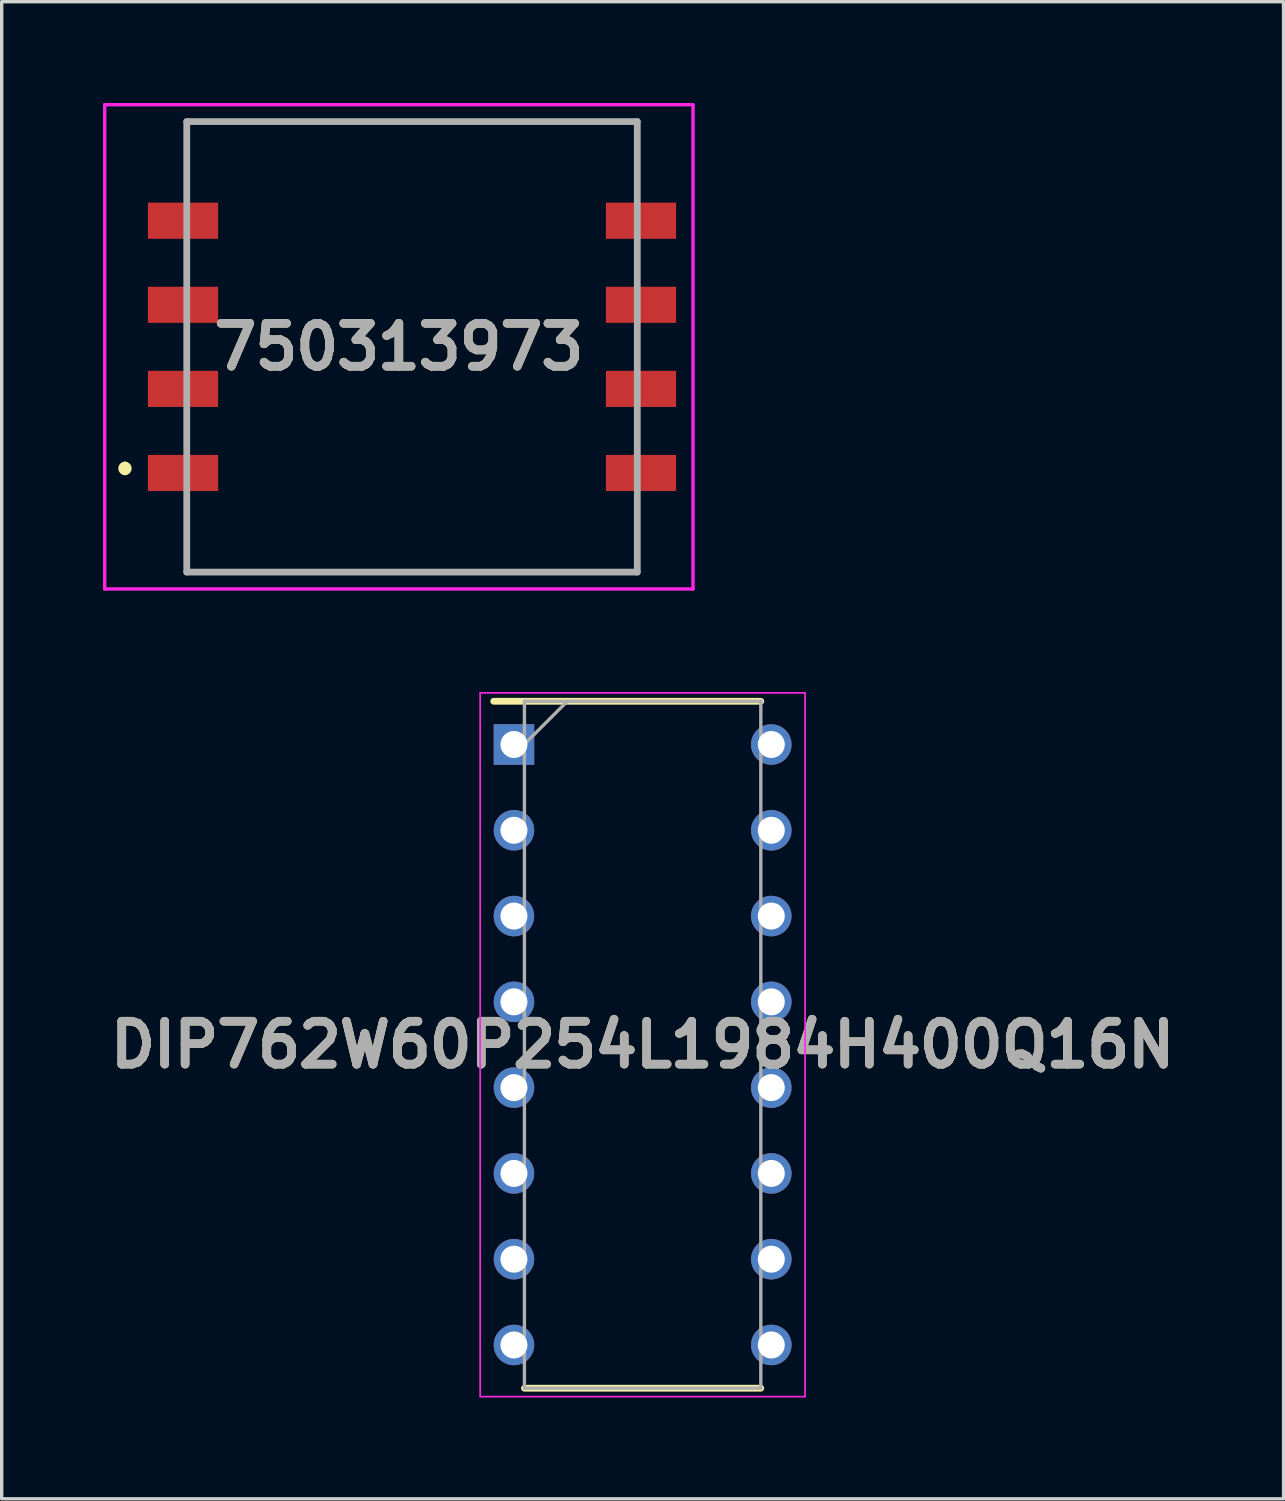
<source format=kicad_pcb>
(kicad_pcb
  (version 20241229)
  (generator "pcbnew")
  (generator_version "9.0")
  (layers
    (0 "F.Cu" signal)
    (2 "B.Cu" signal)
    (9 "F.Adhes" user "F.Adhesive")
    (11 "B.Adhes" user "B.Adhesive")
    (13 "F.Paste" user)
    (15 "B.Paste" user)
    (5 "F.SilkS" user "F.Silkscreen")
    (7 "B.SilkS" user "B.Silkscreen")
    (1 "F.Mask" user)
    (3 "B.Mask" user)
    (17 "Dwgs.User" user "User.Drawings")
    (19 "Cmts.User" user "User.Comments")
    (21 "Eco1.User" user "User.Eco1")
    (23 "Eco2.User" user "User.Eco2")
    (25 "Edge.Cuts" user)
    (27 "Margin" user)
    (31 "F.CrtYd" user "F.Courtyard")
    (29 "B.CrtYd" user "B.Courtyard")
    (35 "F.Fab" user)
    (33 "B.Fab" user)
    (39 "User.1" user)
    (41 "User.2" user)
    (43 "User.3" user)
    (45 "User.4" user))
  (footprint "750313973"
    (layer "F.Cu")
    (at 9.15 7.22)
    (property "Reference" "750313973" (at -0.39 0 0) (layer "F.SilkS") (effects (font (size 1.27 1.27) (thickness 0.254))))
    (attr smd)
    (fp_line (start -8.5 3.5) (end -8.5 3.5) (stroke (width 0.2) (type solid)) (layer "F.SilkS"))
    (fp_line (start -8.5 3.7) (end -8.5 3.7) (stroke (width 0.2) (type solid)) (layer "F.SilkS"))
    (fp_line (start -6.67 -6.67) (end 6.67 -6.67) (stroke (width 0.1) (type solid)) (layer "F.SilkS"))
    (fp_line (start -6.67 -5) (end -6.67 -6.67) (stroke (width 0.1) (type solid)) (layer "F.SilkS"))
    (fp_line (start -6.67 5) (end -6.67 6.5) (stroke (width 0.1) (type solid)) (layer "F.SilkS"))
    (fp_line (start -6.67 6.5) (end -6.67 6.67) (stroke (width 0.1) (type solid)) (layer "F.SilkS"))
    (fp_line (start -6.67 6.67) (end 6.67 6.67) (stroke (width 0.1) (type solid)) (layer "F.SilkS"))
    (fp_line (start 6.67 -6.67) (end 6.67 -5) (stroke (width 0.1) (type solid)) (layer "F.SilkS"))
    (fp_line (start 6.67 6.67) (end 6.67 5) (stroke (width 0.1) (type solid)) (layer "F.SilkS"))
    (fp_arc (start -8.5 3.5) (mid -8.4 3.6) (end -8.5 3.7) (stroke (width 0.2) (type solid)) (layer "F.SilkS"))
    (fp_arc (start -8.5 3.7) (mid -8.6 3.6) (end -8.5 3.5) (stroke (width 0.2) (type solid)) (layer "F.SilkS"))
    (fp_line (start -9.1 -7.17) (end 8.32 -7.17) (stroke (width 0.1) (type solid)) (layer "F.CrtYd"))
    (fp_line (start -9.1 7.17) (end -9.1 -7.17) (stroke (width 0.1) (type solid)) (layer "F.CrtYd"))
    (fp_line (start 8.32 -7.17) (end 8.32 7.17) (stroke (width 0.1) (type solid)) (layer "F.CrtYd"))
    (fp_line (start 8.32 7.17) (end -9.1 7.17) (stroke (width 0.1) (type solid)) (layer "F.CrtYd"))
    (fp_line (start -6.67 -6.67) (end 6.67 -6.67) (stroke (width 0.2) (type solid)) (layer "F.Fab"))
    (fp_line (start -6.67 6.67) (end -6.67 -6.67) (stroke (width 0.2) (type solid)) (layer "F.Fab"))
    (fp_line (start 6.67 -6.67) (end 6.67 6.67) (stroke (width 0.2) (type solid)) (layer "F.Fab"))
    (fp_line (start 6.67 6.67) (end -6.67 6.67) (stroke (width 0.2) (type solid)) (layer "F.Fab"))
    (fp_text user "${REFERENCE}" (at -0.39 0 0) (layer "F.Fab") (effects (font (size 1.27 1.27) (thickness 0.254))))
    (pad "1" smd rect (at -6.78 3.735 90) (size 1.07 2.08) (layers "F.Cu" "F.Mask" "F.Paste"))
    (pad "2" smd rect (at -6.78 1.245 90) (size 1.07 2.08) (layers "F.Cu" "F.Mask" "F.Paste"))
    (pad "3" smd rect (at -6.78 -1.245 90) (size 1.07 2.08) (layers "F.Cu" "F.Mask" "F.Paste"))
    (pad "4" smd rect (at -6.78 -3.735 90) (size 1.07 2.08) (layers "F.Cu" "F.Mask" "F.Paste"))
    (pad "5" smd rect (at 6.78 -3.735 90) (size 1.07 2.08) (layers "F.Cu" "F.Mask" "F.Paste"))
    (pad "6" smd rect (at 6.78 -1.245 90) (size 1.07 2.08) (layers "F.Cu" "F.Mask" "F.Paste"))
    (pad "7" smd rect (at 6.78 1.245 90) (size 1.07 2.08) (layers "F.Cu" "F.Mask" "F.Paste"))
    (pad "8" smd rect (at 6.78 3.735 90) (size 1.07 2.08) (layers "F.Cu" "F.Mask" "F.Paste")))
  (footprint "DIP762W60P254L1984H400Q16N"
    (layer "F.Cu")
    (at 15.978 27.885)
    (property "Reference" "DIP762W60P254L1984H400Q16N" (at 0 0 0) (layer "F.SilkS") (effects (font (size 1.27 1.27) (thickness 0.254))))
    (attr through_hole)
    (fp_line (start -4.41 -10.17) (end 3.5 -10.17) (stroke (width 0.2) (type solid)) (layer "F.SilkS"))
    (fp_line (start -3.5 10.17) (end 3.5 10.17) (stroke (width 0.2) (type solid)) (layer "F.SilkS"))
    (fp_line (start -4.81 -10.42) (end 4.81 -10.42) (stroke (width 0.05) (type solid)) (layer "F.CrtYd"))
    (fp_line (start -4.81 10.42) (end -4.81 -10.42) (stroke (width 0.05) (type solid)) (layer "F.CrtYd"))
    (fp_line (start 4.81 -10.42) (end 4.81 10.42) (stroke (width 0.05) (type solid)) (layer "F.CrtYd"))
    (fp_line (start 4.81 10.42) (end -4.81 10.42) (stroke (width 0.05) (type solid)) (layer "F.CrtYd"))
    (fp_line (start -3.5 -10.17) (end 3.5 -10.17) (stroke (width 0.1) (type solid)) (layer "F.Fab"))
    (fp_line (start -3.5 -8.9) (end -2.23 -10.17) (stroke (width 0.1) (type solid)) (layer "F.Fab"))
    (fp_line (start -3.5 10.17) (end -3.5 -10.17) (stroke (width 0.1) (type solid)) (layer "F.Fab"))
    (fp_line (start 3.5 -10.17) (end 3.5 10.17) (stroke (width 0.1) (type solid)) (layer "F.Fab"))
    (fp_line (start 3.5 10.17) (end -3.5 10.17) (stroke (width 0.1) (type solid)) (layer "F.Fab"))
    (fp_text user "${REFERENCE}" (at 0 0 0) (layer "F.Fab") (effects (font (size 1.27 1.27) (thickness 0.254))))
    (pad "1" thru_hole rect (at -3.81 -8.89) (size 1.2 1.2) (drill 0.8) (layers "*.Cu" "*.Mask"))
    (pad "2" thru_hole circle (at -3.81 -6.35) (size 1.2 1.2) (drill 0.8) (layers "*.Cu" "*.Mask"))
    (pad "3" thru_hole circle (at -3.81 -3.81) (size 1.2 1.2) (drill 0.8) (layers "*.Cu" "*.Mask"))
    (pad "4" thru_hole circle (at -3.81 -1.27) (size 1.2 1.2) (drill 0.8) (layers "*.Cu" "*.Mask"))
    (pad "5" thru_hole circle (at -3.81 1.27) (size 1.2 1.2) (drill 0.8) (layers "*.Cu" "*.Mask"))
    (pad "6" thru_hole circle (at -3.81 3.81) (size 1.2 1.2) (drill 0.8) (layers "*.Cu" "*.Mask"))
    (pad "7" thru_hole circle (at -3.81 6.35) (size 1.2 1.2) (drill 0.8) (layers "*.Cu" "*.Mask"))
    (pad "8" thru_hole circle (at -3.81 8.89) (size 1.2 1.2) (drill 0.8) (layers "*.Cu" "*.Mask"))
    (pad "9" thru_hole circle (at 3.81 8.89) (size 1.2 1.2) (drill 0.8) (layers "*.Cu" "*.Mask"))
    (pad "10" thru_hole circle (at 3.81 6.35) (size 1.2 1.2) (drill 0.8) (layers "*.Cu" "*.Mask"))
    (pad "11" thru_hole circle (at 3.81 3.81) (size 1.2 1.2) (drill 0.8) (layers "*.Cu" "*.Mask"))
    (pad "12" thru_hole circle (at 3.81 1.27) (size 1.2 1.2) (drill 0.8) (layers "*.Cu" "*.Mask"))
    (pad "13" thru_hole circle (at 3.81 -1.27) (size 1.2 1.2) (drill 0.8) (layers "*.Cu" "*.Mask"))
    (pad "14" thru_hole circle (at 3.81 -3.81) (size 1.2 1.2) (drill 0.8) (layers "*.Cu" "*.Mask"))
    (pad "15" thru_hole circle (at 3.81 -6.35) (size 1.2 1.2) (drill 0.8) (layers "*.Cu" "*.Mask"))
    (pad "16" thru_hole circle (at 3.81 -8.89) (size 1.2 1.2) (drill 0.8) (layers "*.Cu" "*.Mask")))
  (gr_rect
    (start -3 -3)
    (end 34.956 41.33)
    (stroke (width 0.1) (type default))
    (fill no)
    (layer "Edge.Cuts")))
</source>
